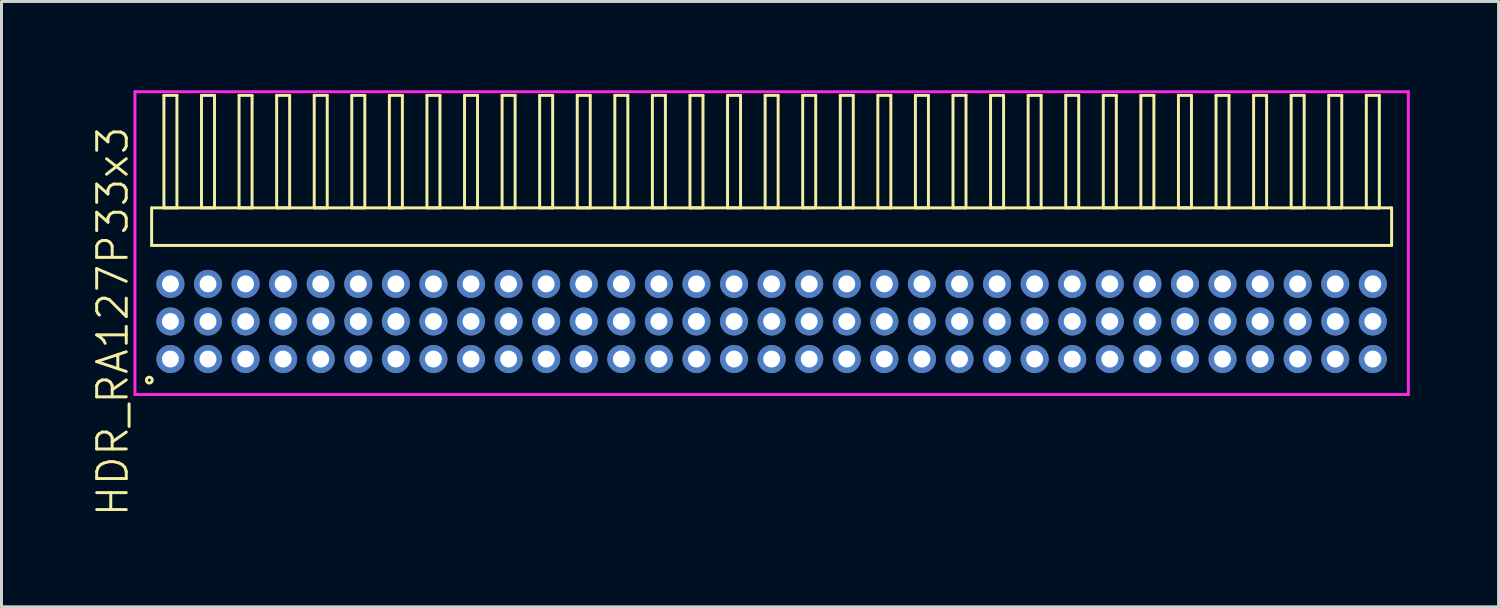
<source format=kicad_pcb>
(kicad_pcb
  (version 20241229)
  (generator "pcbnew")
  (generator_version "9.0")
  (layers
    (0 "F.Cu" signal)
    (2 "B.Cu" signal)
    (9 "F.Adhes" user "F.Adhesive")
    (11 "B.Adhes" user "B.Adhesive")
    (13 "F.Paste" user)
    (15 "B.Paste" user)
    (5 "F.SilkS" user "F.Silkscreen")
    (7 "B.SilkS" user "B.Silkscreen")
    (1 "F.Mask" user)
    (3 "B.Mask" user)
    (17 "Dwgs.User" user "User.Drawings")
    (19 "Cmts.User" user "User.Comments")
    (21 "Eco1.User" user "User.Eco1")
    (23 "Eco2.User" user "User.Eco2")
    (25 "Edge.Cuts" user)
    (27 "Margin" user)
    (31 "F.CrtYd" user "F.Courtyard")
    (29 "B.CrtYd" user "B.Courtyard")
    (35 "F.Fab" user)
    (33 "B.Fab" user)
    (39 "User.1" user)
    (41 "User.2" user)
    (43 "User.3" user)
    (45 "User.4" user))
  (footprint "HDR_RA127P33x3"
    (layer "F.Cu")
    (at 23.03 7.815)
    (property "Reference" "HDR_RA127P33x3" (at -22.27 0 90) (layer "F.SilkS") (effects (font (size 1 1) (thickness 0.1))))
    (attr through_hole)
    (fp_line (start -20.955 -3.84) (end -20.955 -2.57) (stroke (width 0.1) (type solid)) (layer "F.SilkS"))
    (fp_line (start -20.955 -2.57) (end 20.955 -2.57) (stroke (width 0.1) (type solid)) (layer "F.SilkS"))
    (fp_line (start -20.54 -7.64) (end -20.54 -3.84) (stroke (width 0.1) (type solid)) (layer "F.SilkS"))
    (fp_line (start -20.54 -3.84) (end -20.1 -3.84) (stroke (width 0.1) (type solid)) (layer "F.SilkS"))
    (fp_line (start -20.1 -7.64) (end -20.54 -7.64) (stroke (width 0.1) (type solid)) (layer "F.SilkS"))
    (fp_line (start -20.1 -3.84) (end -20.1 -7.64) (stroke (width 0.1) (type solid)) (layer "F.SilkS"))
    (fp_line (start -19.27 -7.64) (end -19.27 -3.84) (stroke (width 0.1) (type solid)) (layer "F.SilkS"))
    (fp_line (start -19.27 -3.84) (end -18.83 -3.84) (stroke (width 0.1) (type solid)) (layer "F.SilkS"))
    (fp_line (start -18.83 -7.64) (end -19.27 -7.64) (stroke (width 0.1) (type solid)) (layer "F.SilkS"))
    (fp_line (start -18.83 -3.84) (end -18.83 -7.64) (stroke (width 0.1) (type solid)) (layer "F.SilkS"))
    (fp_line (start -18 -7.64) (end -18 -3.84) (stroke (width 0.1) (type solid)) (layer "F.SilkS"))
    (fp_line (start -18 -3.84) (end -17.56 -3.84) (stroke (width 0.1) (type solid)) (layer "F.SilkS"))
    (fp_line (start -17.56 -7.64) (end -18 -7.64) (stroke (width 0.1) (type solid)) (layer "F.SilkS"))
    (fp_line (start -17.56 -3.84) (end -17.56 -7.64) (stroke (width 0.1) (type solid)) (layer "F.SilkS"))
    (fp_line (start -16.73 -7.64) (end -16.73 -3.84) (stroke (width 0.1) (type solid)) (layer "F.SilkS"))
    (fp_line (start -16.73 -3.84) (end -16.29 -3.84) (stroke (width 0.1) (type solid)) (layer "F.SilkS"))
    (fp_line (start -16.29 -7.64) (end -16.73 -7.64) (stroke (width 0.1) (type solid)) (layer "F.SilkS"))
    (fp_line (start -16.29 -3.84) (end -16.29 -7.64) (stroke (width 0.1) (type solid)) (layer "F.SilkS"))
    (fp_line (start -15.46 -7.64) (end -15.46 -3.84) (stroke (width 0.1) (type solid)) (layer "F.SilkS"))
    (fp_line (start -15.46 -3.84) (end -15.02 -3.84) (stroke (width 0.1) (type solid)) (layer "F.SilkS"))
    (fp_line (start -15.02 -7.64) (end -15.46 -7.64) (stroke (width 0.1) (type solid)) (layer "F.SilkS"))
    (fp_line (start -15.02 -3.84) (end -15.02 -7.64) (stroke (width 0.1) (type solid)) (layer "F.SilkS"))
    (fp_line (start -14.19 -7.64) (end -14.19 -3.84) (stroke (width 0.1) (type solid)) (layer "F.SilkS"))
    (fp_line (start -14.19 -3.84) (end -13.75 -3.84) (stroke (width 0.1) (type solid)) (layer "F.SilkS"))
    (fp_line (start -13.75 -7.64) (end -14.19 -7.64) (stroke (width 0.1) (type solid)) (layer "F.SilkS"))
    (fp_line (start -13.75 -3.84) (end -13.75 -7.64) (stroke (width 0.1) (type solid)) (layer "F.SilkS"))
    (fp_line (start -12.92 -7.64) (end -12.92 -3.84) (stroke (width 0.1) (type solid)) (layer "F.SilkS"))
    (fp_line (start -12.92 -3.84) (end -12.48 -3.84) (stroke (width 0.1) (type solid)) (layer "F.SilkS"))
    (fp_line (start -12.48 -7.64) (end -12.92 -7.64) (stroke (width 0.1) (type solid)) (layer "F.SilkS"))
    (fp_line (start -12.48 -3.84) (end -12.48 -7.64) (stroke (width 0.1) (type solid)) (layer "F.SilkS"))
    (fp_line (start -11.65 -7.64) (end -11.65 -3.84) (stroke (width 0.1) (type solid)) (layer "F.SilkS"))
    (fp_line (start -11.65 -3.84) (end -11.21 -3.84) (stroke (width 0.1) (type solid)) (layer "F.SilkS"))
    (fp_line (start -11.21 -7.64) (end -11.65 -7.64) (stroke (width 0.1) (type solid)) (layer "F.SilkS"))
    (fp_line (start -11.21 -3.84) (end -11.21 -7.64) (stroke (width 0.1) (type solid)) (layer "F.SilkS"))
    (fp_line (start -10.38 -7.64) (end -10.38 -3.84) (stroke (width 0.1) (type solid)) (layer "F.SilkS"))
    (fp_line (start -10.38 -3.84) (end -9.94 -3.84) (stroke (width 0.1) (type solid)) (layer "F.SilkS"))
    (fp_line (start -9.94 -7.64) (end -10.38 -7.64) (stroke (width 0.1) (type solid)) (layer "F.SilkS"))
    (fp_line (start -9.94 -3.84) (end -9.94 -7.64) (stroke (width 0.1) (type solid)) (layer "F.SilkS"))
    (fp_line (start -9.11 -7.64) (end -9.11 -3.84) (stroke (width 0.1) (type solid)) (layer "F.SilkS"))
    (fp_line (start -9.11 -3.84) (end -8.67 -3.84) (stroke (width 0.1) (type solid)) (layer "F.SilkS"))
    (fp_line (start -8.67 -7.64) (end -9.11 -7.64) (stroke (width 0.1) (type solid)) (layer "F.SilkS"))
    (fp_line (start -8.67 -3.84) (end -8.67 -7.64) (stroke (width 0.1) (type solid)) (layer "F.SilkS"))
    (fp_line (start -7.84 -7.64) (end -7.84 -3.84) (stroke (width 0.1) (type solid)) (layer "F.SilkS"))
    (fp_line (start -7.84 -3.84) (end -7.4 -3.84) (stroke (width 0.1) (type solid)) (layer "F.SilkS"))
    (fp_line (start -7.4 -7.64) (end -7.84 -7.64) (stroke (width 0.1) (type solid)) (layer "F.SilkS"))
    (fp_line (start -7.4 -3.84) (end -7.4 -7.64) (stroke (width 0.1) (type solid)) (layer "F.SilkS"))
    (fp_line (start -6.57 -7.64) (end -6.57 -3.84) (stroke (width 0.1) (type solid)) (layer "F.SilkS"))
    (fp_line (start -6.57 -3.84) (end -6.13 -3.84) (stroke (width 0.1) (type solid)) (layer "F.SilkS"))
    (fp_line (start -6.13 -7.64) (end -6.57 -7.64) (stroke (width 0.1) (type solid)) (layer "F.SilkS"))
    (fp_line (start -6.13 -3.84) (end -6.13 -7.64) (stroke (width 0.1) (type solid)) (layer "F.SilkS"))
    (fp_line (start -5.3 -7.64) (end -5.3 -3.84) (stroke (width 0.1) (type solid)) (layer "F.SilkS"))
    (fp_line (start -5.3 -3.84) (end -4.86 -3.84) (stroke (width 0.1) (type solid)) (layer "F.SilkS"))
    (fp_line (start -4.86 -7.64) (end -5.3 -7.64) (stroke (width 0.1) (type solid)) (layer "F.SilkS"))
    (fp_line (start -4.86 -3.84) (end -4.86 -7.64) (stroke (width 0.1) (type solid)) (layer "F.SilkS"))
    (fp_line (start -4.03 -7.64) (end -4.03 -3.84) (stroke (width 0.1) (type solid)) (layer "F.SilkS"))
    (fp_line (start -4.03 -3.84) (end -3.59 -3.84) (stroke (width 0.1) (type solid)) (layer "F.SilkS"))
    (fp_line (start -3.59 -7.64) (end -4.03 -7.64) (stroke (width 0.1) (type solid)) (layer "F.SilkS"))
    (fp_line (start -3.59 -3.84) (end -3.59 -7.64) (stroke (width 0.1) (type solid)) (layer "F.SilkS"))
    (fp_line (start -2.76 -7.64) (end -2.76 -3.84) (stroke (width 0.1) (type solid)) (layer "F.SilkS"))
    (fp_line (start -2.76 -3.84) (end -2.32 -3.84) (stroke (width 0.1) (type solid)) (layer "F.SilkS"))
    (fp_line (start -2.32 -7.64) (end -2.76 -7.64) (stroke (width 0.1) (type solid)) (layer "F.SilkS"))
    (fp_line (start -2.32 -3.84) (end -2.32 -7.64) (stroke (width 0.1) (type solid)) (layer "F.SilkS"))
    (fp_line (start -1.49 -7.64) (end -1.49 -3.84) (stroke (width 0.1) (type solid)) (layer "F.SilkS"))
    (fp_line (start -1.49 -3.84) (end -1.05 -3.84) (stroke (width 0.1) (type solid)) (layer "F.SilkS"))
    (fp_line (start -1.05 -7.64) (end -1.49 -7.64) (stroke (width 0.1) (type solid)) (layer "F.SilkS"))
    (fp_line (start -1.05 -3.84) (end -1.05 -7.64) (stroke (width 0.1) (type solid)) (layer "F.SilkS"))
    (fp_line (start -0.22 -7.64) (end -0.22 -3.84) (stroke (width 0.1) (type solid)) (layer "F.SilkS"))
    (fp_line (start -0.22 -3.84) (end 0.22 -3.84) (stroke (width 0.1) (type solid)) (layer "F.SilkS"))
    (fp_line (start 0.22 -7.64) (end -0.22 -7.64) (stroke (width 0.1) (type solid)) (layer "F.SilkS"))
    (fp_line (start 0.22 -3.84) (end 0.22 -7.64) (stroke (width 0.1) (type solid)) (layer "F.SilkS"))
    (fp_line (start 1.05 -7.64) (end 1.05 -3.84) (stroke (width 0.1) (type solid)) (layer "F.SilkS"))
    (fp_line (start 1.05 -3.84) (end 1.49 -3.84) (stroke (width 0.1) (type solid)) (layer "F.SilkS"))
    (fp_line (start 1.49 -7.64) (end 1.05 -7.64) (stroke (width 0.1) (type solid)) (layer "F.SilkS"))
    (fp_line (start 1.49 -3.84) (end 1.49 -7.64) (stroke (width 0.1) (type solid)) (layer "F.SilkS"))
    (fp_line (start 2.32 -7.64) (end 2.32 -3.84) (stroke (width 0.1) (type solid)) (layer "F.SilkS"))
    (fp_line (start 2.32 -3.84) (end 2.76 -3.84) (stroke (width 0.1) (type solid)) (layer "F.SilkS"))
    (fp_line (start 2.76 -7.64) (end 2.32 -7.64) (stroke (width 0.1) (type solid)) (layer "F.SilkS"))
    (fp_line (start 2.76 -3.84) (end 2.76 -7.64) (stroke (width 0.1) (type solid)) (layer "F.SilkS"))
    (fp_line (start 3.59 -7.64) (end 3.59 -3.84) (stroke (width 0.1) (type solid)) (layer "F.SilkS"))
    (fp_line (start 3.59 -3.84) (end 4.03 -3.84) (stroke (width 0.1) (type solid)) (layer "F.SilkS"))
    (fp_line (start 4.03 -7.64) (end 3.59 -7.64) (stroke (width 0.1) (type solid)) (layer "F.SilkS"))
    (fp_line (start 4.03 -3.84) (end 4.03 -7.64) (stroke (width 0.1) (type solid)) (layer "F.SilkS"))
    (fp_line (start 4.86 -7.64) (end 4.86 -3.84) (stroke (width 0.1) (type solid)) (layer "F.SilkS"))
    (fp_line (start 4.86 -3.84) (end 5.3 -3.84) (stroke (width 0.1) (type solid)) (layer "F.SilkS"))
    (fp_line (start 5.3 -7.64) (end 4.86 -7.64) (stroke (width 0.1) (type solid)) (layer "F.SilkS"))
    (fp_line (start 5.3 -3.84) (end 5.3 -7.64) (stroke (width 0.1) (type solid)) (layer "F.SilkS"))
    (fp_line (start 6.13 -7.64) (end 6.13 -3.84) (stroke (width 0.1) (type solid)) (layer "F.SilkS"))
    (fp_line (start 6.13 -3.84) (end 6.57 -3.84) (stroke (width 0.1) (type solid)) (layer "F.SilkS"))
    (fp_line (start 6.57 -7.64) (end 6.13 -7.64) (stroke (width 0.1) (type solid)) (layer "F.SilkS"))
    (fp_line (start 6.57 -3.84) (end 6.57 -7.64) (stroke (width 0.1) (type solid)) (layer "F.SilkS"))
    (fp_line (start 7.4 -7.64) (end 7.4 -3.84) (stroke (width 0.1) (type solid)) (layer "F.SilkS"))
    (fp_line (start 7.4 -3.84) (end 7.84 -3.84) (stroke (width 0.1) (type solid)) (layer "F.SilkS"))
    (fp_line (start 7.84 -7.64) (end 7.4 -7.64) (stroke (width 0.1) (type solid)) (layer "F.SilkS"))
    (fp_line (start 7.84 -3.84) (end 7.84 -7.64) (stroke (width 0.1) (type solid)) (layer "F.SilkS"))
    (fp_line (start 8.67 -7.64) (end 8.67 -3.84) (stroke (width 0.1) (type solid)) (layer "F.SilkS"))
    (fp_line (start 8.67 -3.84) (end 9.11 -3.84) (stroke (width 0.1) (type solid)) (layer "F.SilkS"))
    (fp_line (start 9.11 -7.64) (end 8.67 -7.64) (stroke (width 0.1) (type solid)) (layer "F.SilkS"))
    (fp_line (start 9.11 -3.84) (end 9.11 -7.64) (stroke (width 0.1) (type solid)) (layer "F.SilkS"))
    (fp_line (start 9.94 -7.64) (end 9.94 -3.84) (stroke (width 0.1) (type solid)) (layer "F.SilkS"))
    (fp_line (start 9.94 -3.84) (end 10.38 -3.84) (stroke (width 0.1) (type solid)) (layer "F.SilkS"))
    (fp_line (start 10.38 -7.64) (end 9.94 -7.64) (stroke (width 0.1) (type solid)) (layer "F.SilkS"))
    (fp_line (start 10.38 -3.84) (end 10.38 -7.64) (stroke (width 0.1) (type solid)) (layer "F.SilkS"))
    (fp_line (start 11.21 -7.64) (end 11.21 -3.84) (stroke (width 0.1) (type solid)) (layer "F.SilkS"))
    (fp_line (start 11.21 -3.84) (end 11.65 -3.84) (stroke (width 0.1) (type solid)) (layer "F.SilkS"))
    (fp_line (start 11.65 -7.64) (end 11.21 -7.64) (stroke (width 0.1) (type solid)) (layer "F.SilkS"))
    (fp_line (start 11.65 -3.84) (end 11.65 -7.64) (stroke (width 0.1) (type solid)) (layer "F.SilkS"))
    (fp_line (start 12.48 -7.64) (end 12.48 -3.84) (stroke (width 0.1) (type solid)) (layer "F.SilkS"))
    (fp_line (start 12.48 -3.84) (end 12.92 -3.84) (stroke (width 0.1) (type solid)) (layer "F.SilkS"))
    (fp_line (start 12.92 -7.64) (end 12.48 -7.64) (stroke (width 0.1) (type solid)) (layer "F.SilkS"))
    (fp_line (start 12.92 -3.84) (end 12.92 -7.64) (stroke (width 0.1) (type solid)) (layer "F.SilkS"))
    (fp_line (start 13.75 -7.64) (end 13.75 -3.84) (stroke (width 0.1) (type solid)) (layer "F.SilkS"))
    (fp_line (start 13.75 -3.84) (end 14.19 -3.84) (stroke (width 0.1) (type solid)) (layer "F.SilkS"))
    (fp_line (start 14.19 -7.64) (end 13.75 -7.64) (stroke (width 0.1) (type solid)) (layer "F.SilkS"))
    (fp_line (start 14.19 -3.84) (end 14.19 -7.64) (stroke (width 0.1) (type solid)) (layer "F.SilkS"))
    (fp_line (start 15.02 -7.64) (end 15.02 -3.84) (stroke (width 0.1) (type solid)) (layer "F.SilkS"))
    (fp_line (start 15.02 -3.84) (end 15.46 -3.84) (stroke (width 0.1) (type solid)) (layer "F.SilkS"))
    (fp_line (start 15.46 -7.64) (end 15.02 -7.64) (stroke (width 0.1) (type solid)) (layer "F.SilkS"))
    (fp_line (start 15.46 -3.84) (end 15.46 -7.64) (stroke (width 0.1) (type solid)) (layer "F.SilkS"))
    (fp_line (start 16.29 -7.64) (end 16.29 -3.84) (stroke (width 0.1) (type solid)) (layer "F.SilkS"))
    (fp_line (start 16.29 -3.84) (end 16.73 -3.84) (stroke (width 0.1) (type solid)) (layer "F.SilkS"))
    (fp_line (start 16.73 -7.64) (end 16.29 -7.64) (stroke (width 0.1) (type solid)) (layer "F.SilkS"))
    (fp_line (start 16.73 -3.84) (end 16.73 -7.64) (stroke (width 0.1) (type solid)) (layer "F.SilkS"))
    (fp_line (start 17.56 -7.64) (end 17.56 -3.84) (stroke (width 0.1) (type solid)) (layer "F.SilkS"))
    (fp_line (start 17.56 -3.84) (end 18 -3.84) (stroke (width 0.1) (type solid)) (layer "F.SilkS"))
    (fp_line (start 18 -7.64) (end 17.56 -7.64) (stroke (width 0.1) (type solid)) (layer "F.SilkS"))
    (fp_line (start 18 -3.84) (end 18 -7.64) (stroke (width 0.1) (type solid)) (layer "F.SilkS"))
    (fp_line (start 18.83 -7.64) (end 18.83 -3.84) (stroke (width 0.1) (type solid)) (layer "F.SilkS"))
    (fp_line (start 18.83 -3.84) (end 19.27 -3.84) (stroke (width 0.1) (type solid)) (layer "F.SilkS"))
    (fp_line (start 19.27 -7.64) (end 18.83 -7.64) (stroke (width 0.1) (type solid)) (layer "F.SilkS"))
    (fp_line (start 19.27 -3.84) (end 19.27 -7.64) (stroke (width 0.1) (type solid)) (layer "F.SilkS"))
    (fp_line (start 20.1 -7.64) (end 20.1 -3.84) (stroke (width 0.1) (type solid)) (layer "F.SilkS"))
    (fp_line (start 20.1 -3.84) (end 20.54 -3.84) (stroke (width 0.1) (type solid)) (layer "F.SilkS"))
    (fp_line (start 20.54 -7.64) (end 20.1 -7.64) (stroke (width 0.1) (type solid)) (layer "F.SilkS"))
    (fp_line (start 20.54 -3.84) (end 20.54 -7.64) (stroke (width 0.1) (type solid)) (layer "F.SilkS"))
    (fp_line (start 20.955 -3.84) (end -20.955 -3.84) (stroke (width 0.1) (type solid)) (layer "F.SilkS"))
    (fp_line (start 20.955 -2.57) (end 20.955 -3.84) (stroke (width 0.1) (type solid)) (layer "F.SilkS"))
    (fp_circle (center -21.033 1.983) (end -20.933 1.983) (stroke (width 0.1) (type solid)) (fill no) (layer "F.SilkS"))
    (fp_line (start -21.52 -7.765) (end -21.52 2.47) (stroke (width 0.1) (type solid)) (layer "F.CrtYd"))
    (fp_line (start -21.52 2.47) (end 21.52 2.47) (stroke (width 0.1) (type solid)) (layer "F.CrtYd"))
    (fp_line (start 21.52 -7.765) (end -21.52 -7.765) (stroke (width 0.1) (type solid)) (layer "F.CrtYd"))
    (fp_line (start 21.52 2.47) (end 21.52 -7.765) (stroke (width 0.1) (type solid)) (layer "F.CrtYd"))
    (pad "1" thru_hole oval (at -20.32 1.27) (size 0.95 0.95) (drill 0.57) (layers "*.Cu" "*.Mask"))
    (pad "2" thru_hole oval (at -20.32 0) (size 0.95 0.95) (drill 0.57) (layers "*.Cu" "*.Mask"))
    (pad "3" thru_hole oval (at -20.32 -1.27) (size 0.95 0.95) (drill 0.57) (layers "*.Cu" "*.Mask"))
    (pad "4" thru_hole oval (at -19.05 1.27) (size 0.95 0.95) (drill 0.57) (layers "*.Cu" "*.Mask"))
    (pad "5" thru_hole oval (at -19.05 0) (size 0.95 0.95) (drill 0.57) (layers "*.Cu" "*.Mask"))
    (pad "6" thru_hole oval (at -19.05 -1.27) (size 0.95 0.95) (drill 0.57) (layers "*.Cu" "*.Mask"))
    (pad "7" thru_hole oval (at -17.78 1.27) (size 0.95 0.95) (drill 0.57) (layers "*.Cu" "*.Mask"))
    (pad "8" thru_hole oval (at -17.78 0) (size 0.95 0.95) (drill 0.57) (layers "*.Cu" "*.Mask"))
    (pad "9" thru_hole oval (at -17.78 -1.27) (size 0.95 0.95) (drill 0.57) (layers "*.Cu" "*.Mask"))
    (pad "10" thru_hole oval (at -16.51 1.27) (size 0.95 0.95) (drill 0.57) (layers "*.Cu" "*.Mask"))
    (pad "11" thru_hole oval (at -16.51 0) (size 0.95 0.95) (drill 0.57) (layers "*.Cu" "*.Mask"))
    (pad "12" thru_hole oval (at -16.51 -1.27) (size 0.95 0.95) (drill 0.57) (layers "*.Cu" "*.Mask"))
    (pad "13" thru_hole oval (at -15.24 1.27) (size 0.95 0.95) (drill 0.57) (layers "*.Cu" "*.Mask"))
    (pad "14" thru_hole oval (at -15.24 0) (size 0.95 0.95) (drill 0.57) (layers "*.Cu" "*.Mask"))
    (pad "15" thru_hole oval (at -15.24 -1.27) (size 0.95 0.95) (drill 0.57) (layers "*.Cu" "*.Mask"))
    (pad "16" thru_hole oval (at -13.97 1.27) (size 0.95 0.95) (drill 0.57) (layers "*.Cu" "*.Mask"))
    (pad "17" thru_hole oval (at -13.97 0) (size 0.95 0.95) (drill 0.57) (layers "*.Cu" "*.Mask"))
    (pad "18" thru_hole oval (at -13.97 -1.27) (size 0.95 0.95) (drill 0.57) (layers "*.Cu" "*.Mask"))
    (pad "19" thru_hole oval (at -12.7 1.27) (size 0.95 0.95) (drill 0.57) (layers "*.Cu" "*.Mask"))
    (pad "20" thru_hole oval (at -12.7 0) (size 0.95 0.95) (drill 0.57) (layers "*.Cu" "*.Mask"))
    (pad "21" thru_hole oval (at -12.7 -1.27) (size 0.95 0.95) (drill 0.57) (layers "*.Cu" "*.Mask"))
    (pad "22" thru_hole oval (at -11.43 1.27) (size 0.95 0.95) (drill 0.57) (layers "*.Cu" "*.Mask"))
    (pad "23" thru_hole oval (at -11.43 0) (size 0.95 0.95) (drill 0.57) (layers "*.Cu" "*.Mask"))
    (pad "24" thru_hole oval (at -11.43 -1.27) (size 0.95 0.95) (drill 0.57) (layers "*.Cu" "*.Mask"))
    (pad "25" thru_hole oval (at -10.16 1.27) (size 0.95 0.95) (drill 0.57) (layers "*.Cu" "*.Mask"))
    (pad "26" thru_hole oval (at -10.16 0) (size 0.95 0.95) (drill 0.57) (layers "*.Cu" "*.Mask"))
    (pad "27" thru_hole oval (at -10.16 -1.27) (size 0.95 0.95) (drill 0.57) (layers "*.Cu" "*.Mask"))
    (pad "28" thru_hole oval (at -8.89 1.27) (size 0.95 0.95) (drill 0.57) (layers "*.Cu" "*.Mask"))
    (pad "29" thru_hole oval (at -8.89 0) (size 0.95 0.95) (drill 0.57) (layers "*.Cu" "*.Mask"))
    (pad "30" thru_hole oval (at -8.89 -1.27) (size 0.95 0.95) (drill 0.57) (layers "*.Cu" "*.Mask"))
    (pad "31" thru_hole oval (at -7.62 1.27) (size 0.95 0.95) (drill 0.57) (layers "*.Cu" "*.Mask"))
    (pad "32" thru_hole oval (at -7.62 0) (size 0.95 0.95) (drill 0.57) (layers "*.Cu" "*.Mask"))
    (pad "33" thru_hole oval (at -7.62 -1.27) (size 0.95 0.95) (drill 0.57) (layers "*.Cu" "*.Mask"))
    (pad "34" thru_hole oval (at -6.35 1.27) (size 0.95 0.95) (drill 0.57) (layers "*.Cu" "*.Mask"))
    (pad "35" thru_hole oval (at -6.35 0) (size 0.95 0.95) (drill 0.57) (layers "*.Cu" "*.Mask"))
    (pad "36" thru_hole oval (at -6.35 -1.27) (size 0.95 0.95) (drill 0.57) (layers "*.Cu" "*.Mask"))
    (pad "37" thru_hole oval (at -5.08 1.27) (size 0.95 0.95) (drill 0.57) (layers "*.Cu" "*.Mask"))
    (pad "38" thru_hole oval (at -5.08 0) (size 0.95 0.95) (drill 0.57) (layers "*.Cu" "*.Mask"))
    (pad "39" thru_hole oval (at -5.08 -1.27) (size 0.95 0.95) (drill 0.57) (layers "*.Cu" "*.Mask"))
    (pad "40" thru_hole oval (at -3.81 1.27) (size 0.95 0.95) (drill 0.57) (layers "*.Cu" "*.Mask"))
    (pad "41" thru_hole oval (at -3.81 0) (size 0.95 0.95) (drill 0.57) (layers "*.Cu" "*.Mask"))
    (pad "42" thru_hole oval (at -3.81 -1.27) (size 0.95 0.95) (drill 0.57) (layers "*.Cu" "*.Mask"))
    (pad "43" thru_hole oval (at -2.54 1.27) (size 0.95 0.95) (drill 0.57) (layers "*.Cu" "*.Mask"))
    (pad "44" thru_hole oval (at -2.54 0) (size 0.95 0.95) (drill 0.57) (layers "*.Cu" "*.Mask"))
    (pad "45" thru_hole oval (at -2.54 -1.27) (size 0.95 0.95) (drill 0.57) (layers "*.Cu" "*.Mask"))
    (pad "46" thru_hole oval (at -1.27 1.27) (size 0.95 0.95) (drill 0.57) (layers "*.Cu" "*.Mask"))
    (pad "47" thru_hole oval (at -1.27 0) (size 0.95 0.95) (drill 0.57) (layers "*.Cu" "*.Mask"))
    (pad "48" thru_hole oval (at -1.27 -1.27) (size 0.95 0.95) (drill 0.57) (layers "*.Cu" "*.Mask"))
    (pad "49" thru_hole oval (at 0 1.27) (size 0.95 0.95) (drill 0.57) (layers "*.Cu" "*.Mask"))
    (pad "50" thru_hole oval (at 0 0) (size 0.95 0.95) (drill 0.57) (layers "*.Cu" "*.Mask"))
    (pad "51" thru_hole oval (at 0 -1.27) (size 0.95 0.95) (drill 0.57) (layers "*.Cu" "*.Mask"))
    (pad "52" thru_hole oval (at 1.27 1.27) (size 0.95 0.95) (drill 0.57) (layers "*.Cu" "*.Mask"))
    (pad "53" thru_hole oval (at 1.27 0) (size 0.95 0.95) (drill 0.57) (layers "*.Cu" "*.Mask"))
    (pad "54" thru_hole oval (at 1.27 -1.27) (size 0.95 0.95) (drill 0.57) (layers "*.Cu" "*.Mask"))
    (pad "55" thru_hole oval (at 2.54 1.27) (size 0.95 0.95) (drill 0.57) (layers "*.Cu" "*.Mask"))
    (pad "56" thru_hole oval (at 2.54 0) (size 0.95 0.95) (drill 0.57) (layers "*.Cu" "*.Mask"))
    (pad "57" thru_hole oval (at 2.54 -1.27) (size 0.95 0.95) (drill 0.57) (layers "*.Cu" "*.Mask"))
    (pad "58" thru_hole oval (at 3.81 1.27) (size 0.95 0.95) (drill 0.57) (layers "*.Cu" "*.Mask"))
    (pad "59" thru_hole oval (at 3.81 0) (size 0.95 0.95) (drill 0.57) (layers "*.Cu" "*.Mask"))
    (pad "60" thru_hole oval (at 3.81 -1.27) (size 0.95 0.95) (drill 0.57) (layers "*.Cu" "*.Mask"))
    (pad "61" thru_hole oval (at 5.08 1.27) (size 0.95 0.95) (drill 0.57) (layers "*.Cu" "*.Mask"))
    (pad "62" thru_hole oval (at 5.08 0) (size 0.95 0.95) (drill 0.57) (layers "*.Cu" "*.Mask"))
    (pad "63" thru_hole oval (at 5.08 -1.27) (size 0.95 0.95) (drill 0.57) (layers "*.Cu" "*.Mask"))
    (pad "64" thru_hole oval (at 6.35 1.27) (size 0.95 0.95) (drill 0.57) (layers "*.Cu" "*.Mask"))
    (pad "65" thru_hole oval (at 6.35 0) (size 0.95 0.95) (drill 0.57) (layers "*.Cu" "*.Mask"))
    (pad "66" thru_hole oval (at 6.35 -1.27) (size 0.95 0.95) (drill 0.57) (layers "*.Cu" "*.Mask"))
    (pad "67" thru_hole oval (at 7.62 1.27) (size 0.95 0.95) (drill 0.57) (layers "*.Cu" "*.Mask"))
    (pad "68" thru_hole oval (at 7.62 0) (size 0.95 0.95) (drill 0.57) (layers "*.Cu" "*.Mask"))
    (pad "69" thru_hole oval (at 7.62 -1.27) (size 0.95 0.95) (drill 0.57) (layers "*.Cu" "*.Mask"))
    (pad "70" thru_hole oval (at 8.89 1.27) (size 0.95 0.95) (drill 0.57) (layers "*.Cu" "*.Mask"))
    (pad "71" thru_hole oval (at 8.89 0) (size 0.95 0.95) (drill 0.57) (layers "*.Cu" "*.Mask"))
    (pad "72" thru_hole oval (at 8.89 -1.27) (size 0.95 0.95) (drill 0.57) (layers "*.Cu" "*.Mask"))
    (pad "73" thru_hole oval (at 10.16 1.27) (size 0.95 0.95) (drill 0.57) (layers "*.Cu" "*.Mask"))
    (pad "74" thru_hole oval (at 10.16 0) (size 0.95 0.95) (drill 0.57) (layers "*.Cu" "*.Mask"))
    (pad "75" thru_hole oval (at 10.16 -1.27) (size 0.95 0.95) (drill 0.57) (layers "*.Cu" "*.Mask"))
    (pad "76" thru_hole oval (at 11.43 1.27) (size 0.95 0.95) (drill 0.57) (layers "*.Cu" "*.Mask"))
    (pad "77" thru_hole oval (at 11.43 0) (size 0.95 0.95) (drill 0.57) (layers "*.Cu" "*.Mask"))
    (pad "78" thru_hole oval (at 11.43 -1.27) (size 0.95 0.95) (drill 0.57) (layers "*.Cu" "*.Mask"))
    (pad "79" thru_hole oval (at 12.7 1.27) (size 0.95 0.95) (drill 0.57) (layers "*.Cu" "*.Mask"))
    (pad "80" thru_hole oval (at 12.7 0) (size 0.95 0.95) (drill 0.57) (layers "*.Cu" "*.Mask"))
    (pad "81" thru_hole oval (at 12.7 -1.27) (size 0.95 0.95) (drill 0.57) (layers "*.Cu" "*.Mask"))
    (pad "82" thru_hole oval (at 13.97 1.27) (size 0.95 0.95) (drill 0.57) (layers "*.Cu" "*.Mask"))
    (pad "83" thru_hole oval (at 13.97 0) (size 0.95 0.95) (drill 0.57) (layers "*.Cu" "*.Mask"))
    (pad "84" thru_hole oval (at 13.97 -1.27) (size 0.95 0.95) (drill 0.57) (layers "*.Cu" "*.Mask"))
    (pad "85" thru_hole oval (at 15.24 1.27) (size 0.95 0.95) (drill 0.57) (layers "*.Cu" "*.Mask"))
    (pad "86" thru_hole oval (at 15.24 0) (size 0.95 0.95) (drill 0.57) (layers "*.Cu" "*.Mask"))
    (pad "87" thru_hole oval (at 15.24 -1.27) (size 0.95 0.95) (drill 0.57) (layers "*.Cu" "*.Mask"))
    (pad "88" thru_hole oval (at 16.51 1.27) (size 0.95 0.95) (drill 0.57) (layers "*.Cu" "*.Mask"))
    (pad "89" thru_hole oval (at 16.51 0) (size 0.95 0.95) (drill 0.57) (layers "*.Cu" "*.Mask"))
    (pad "90" thru_hole oval (at 16.51 -1.27) (size 0.95 0.95) (drill 0.57) (layers "*.Cu" "*.Mask"))
    (pad "91" thru_hole oval (at 17.78 1.27) (size 0.95 0.95) (drill 0.57) (layers "*.Cu" "*.Mask"))
    (pad "92" thru_hole oval (at 17.78 0) (size 0.95 0.95) (drill 0.57) (layers "*.Cu" "*.Mask"))
    (pad "93" thru_hole oval (at 17.78 -1.27) (size 0.95 0.95) (drill 0.57) (layers "*.Cu" "*.Mask"))
    (pad "94" thru_hole oval (at 19.05 1.27) (size 0.95 0.95) (drill 0.57) (layers "*.Cu" "*.Mask"))
    (pad "95" thru_hole oval (at 19.05 0) (size 0.95 0.95) (drill 0.57) (layers "*.Cu" "*.Mask"))
    (pad "96" thru_hole oval (at 19.05 -1.27) (size 0.95 0.95) (drill 0.57) (layers "*.Cu" "*.Mask"))
    (pad "97" thru_hole oval (at 20.32 1.27) (size 0.95 0.95) (drill 0.57) (layers "*.Cu" "*.Mask"))
    (pad "98" thru_hole oval (at 20.32 0) (size 0.95 0.95) (drill 0.57) (layers "*.Cu" "*.Mask"))
    (pad "99" thru_hole oval (at 20.32 -1.27) (size 0.95 0.95) (drill 0.57) (layers "*.Cu" "*.Mask")))
  (gr_rect
    (start -3 -3)
    (end 47.6 17.46)
    (stroke (width 0.1) (type default))
    (fill no)
    (layer "Edge.Cuts")))
</source>
